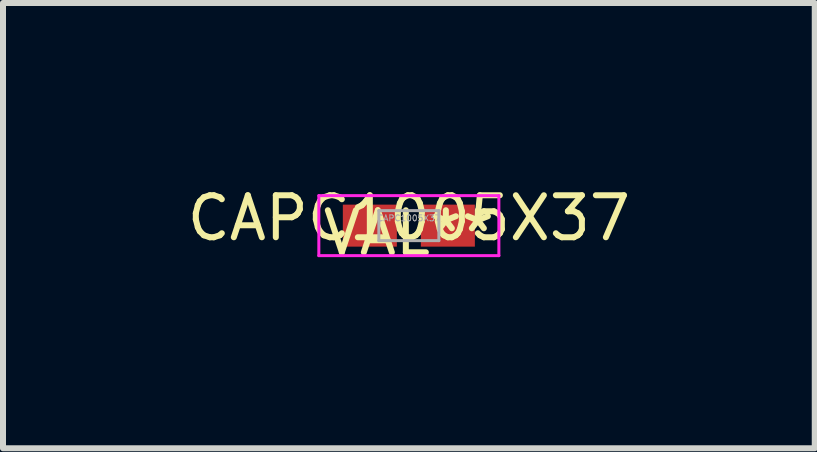
<source format=kicad_pcb>
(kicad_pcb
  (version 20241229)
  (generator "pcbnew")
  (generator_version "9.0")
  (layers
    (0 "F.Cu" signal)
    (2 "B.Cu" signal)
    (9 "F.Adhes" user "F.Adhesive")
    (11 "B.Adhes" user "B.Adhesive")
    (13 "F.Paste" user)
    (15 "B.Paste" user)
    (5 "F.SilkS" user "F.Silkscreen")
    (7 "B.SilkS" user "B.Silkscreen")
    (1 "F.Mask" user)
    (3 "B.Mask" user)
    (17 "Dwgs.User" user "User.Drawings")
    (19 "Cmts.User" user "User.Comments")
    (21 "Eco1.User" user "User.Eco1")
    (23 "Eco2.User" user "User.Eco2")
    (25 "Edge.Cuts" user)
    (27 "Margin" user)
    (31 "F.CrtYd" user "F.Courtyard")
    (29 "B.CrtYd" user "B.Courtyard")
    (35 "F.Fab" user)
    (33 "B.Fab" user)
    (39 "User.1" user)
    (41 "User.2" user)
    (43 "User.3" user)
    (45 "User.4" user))
  (footprint "CAPC1005X37"
    (layer "F.Cu")
    (at 3.763 0.71)
    (property "Reference" "CAPC1005X37" (at 0 -0.125 0) (layer "F.Fab") (effects (font (size 0.1 0.1) (thickness 0.015))))
    (property "Value" "VAL**" (at 0 0.125 0) (layer "F.Fab") (hide yes) (effects (font (size 0.1 0.1) (thickness 0.015))))
    (attr smd)
    (fp_line (start -1.5 -0.5) (end 1.5 -0.5) (stroke (width 0.05) (type solid)) (layer "F.CrtYd"))
    (fp_line (start -1.5 0.5) (end -1.5 -0.5) (stroke (width 0.05) (type solid)) (layer "F.CrtYd"))
    (fp_line (start 1.5 -0.5) (end 1.5 0.5) (stroke (width 0.05) (type solid)) (layer "F.CrtYd"))
    (fp_line (start 1.5 0.5) (end -1.5 0.5) (stroke (width 0.05) (type solid)) (layer "F.CrtYd"))
    (fp_line (start -0.5 -0.25) (end 0.5 -0.25) (stroke (width 0.05) (type solid)) (layer "F.Fab"))
    (fp_line (start -0.5 0.25) (end -0.5 -0.25) (stroke (width 0.05) (type solid)) (layer "F.Fab"))
    (fp_line (start 0.5 -0.25) (end 0.5 0.25) (stroke (width 0.05) (type solid)) (layer "F.Fab"))
    (fp_line (start 0.5 0.25) (end -0.5 0.25) (stroke (width 0.05) (type solid)) (layer "F.Fab"))
    (fp_text user "${REFERENCE}" (at 0 -0.125 0) (layer "F.SilkS") (effects (font (size 0.7 0.7) (thickness 0.1))))
    (fp_text user "${VALUE}" (at 0 0.125 0) (layer "F.SilkS") (effects (font (size 0.7 0.7) (thickness 0.1))))
    (pad "1" smd rect (at -0.65 0) (size 0.9 0.7) (layers "F.Cu" "F.Mask" "F.Paste"))
    (pad "2" smd rect (at 0.65 0) (size 0.9 0.7) (layers "F.Cu" "F.Mask" "F.Paste")))
  (gr_rect
    (start -3 -3)
    (end 10.527 4.42)
    (stroke (width 0.1) (type default))
    (fill no)
    (layer "Edge.Cuts")))
</source>
